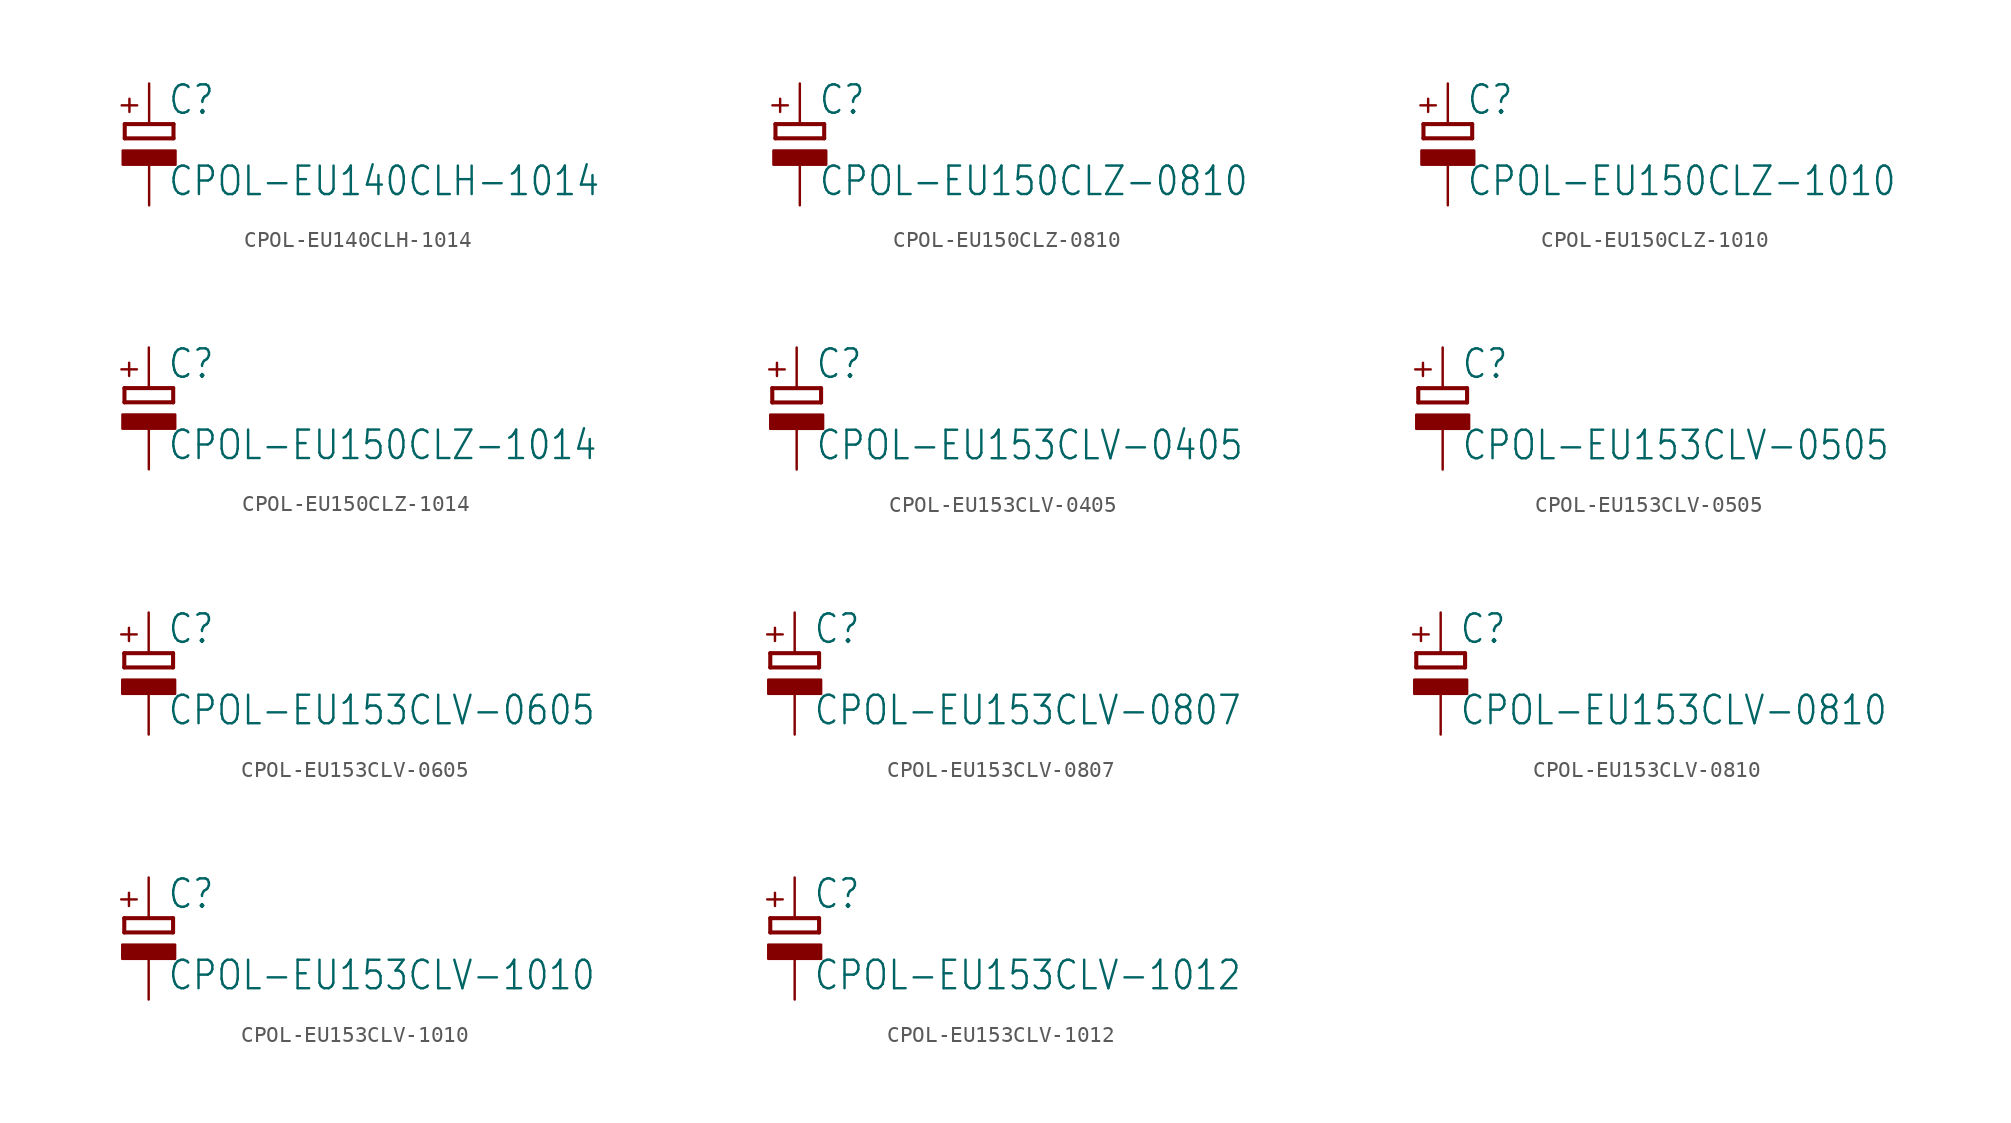
<source format=kicad_sym>
(kicad_symbol_lib
  (version 20220914)
  (generator kicad_symbol_editor)
  (symbol "CPOL-EU140CLH-1014"
    (property "Reference" "C"
      (at 1.143 0.483 0)
      (effects (font (size 1.778 1.511)) (justify left bottom)))
    (property "Value" "CPOL-EU140CLH-1014"
      (at 1.143 -4.597 0)
      (effects (font (size 1.778 1.511)) (justify left bottom)))
    (property "ki_locked" ""
      (at 0 0 0)
      (effects (font (size 1.27 1.27))))
    (symbol "CPOL-EU140CLH-1014_1_0"
      (rectangle (start -1.651 -2.54) (end 1.651 -1.651) (stroke (width 0) (type default)) (fill (type outline)))
      (polyline (pts (xy -1.524 -0.889) (xy 1.524 -0.889)) (stroke (width 0.254) (type default)) (fill (type none)))
      (polyline (pts (xy -1.524 0) (xy -1.524 -0.889)) (stroke (width 0.254) (type default)) (fill (type none)))
      (polyline (pts (xy -1.524 0) (xy 1.524 0)) (stroke (width 0.254) (type default)) (fill (type none)))
      (polyline (pts (xy 1.524 -0.889) (xy 1.524 0)) (stroke (width 0.254) (type default)) (fill (type none)))
      (text "+" (at -0.584 0.406 900) (effects (font (size 1.27 1.079)) (justify left bottom)))
      (pin passive line (at 0 2.54 270) (length 2.54) (name "+" (effects (font (size 0 0)))) (number "+" (effects (font (size 0 0)))))
      (pin passive line (at 0 -5.08 90) (length 2.54) (name "-" (effects (font (size 0 0)))) (number "-" (effects (font (size 0 0)))))))
  (symbol "CPOL-EU150CLZ-0810"
    (property "Reference" "C"
      (at 1.143 0.483 0)
      (effects (font (size 1.778 1.511)) (justify left bottom)))
    (property "Value" "CPOL-EU150CLZ-0810"
      (at 1.143 -4.597 0)
      (effects (font (size 1.778 1.511)) (justify left bottom)))
    (property "ki_locked" ""
      (at 0 0 0)
      (effects (font (size 1.27 1.27))))
    (symbol "CPOL-EU150CLZ-0810_1_0"
      (rectangle (start -1.651 -2.54) (end 1.651 -1.651) (stroke (width 0) (type default)) (fill (type outline)))
      (polyline (pts (xy -1.524 -0.889) (xy 1.524 -0.889)) (stroke (width 0.254) (type default)) (fill (type none)))
      (polyline (pts (xy -1.524 0) (xy -1.524 -0.889)) (stroke (width 0.254) (type default)) (fill (type none)))
      (polyline (pts (xy -1.524 0) (xy 1.524 0)) (stroke (width 0.254) (type default)) (fill (type none)))
      (polyline (pts (xy 1.524 -0.889) (xy 1.524 0)) (stroke (width 0.254) (type default)) (fill (type none)))
      (text "+" (at -0.584 0.406 900) (effects (font (size 1.27 1.079)) (justify left bottom)))
      (pin passive line (at 0 2.54 270) (length 2.54) (name "+" (effects (font (size 0 0)))) (number "+" (effects (font (size 0 0)))))
      (pin passive line (at 0 -5.08 90) (length 2.54) (name "-" (effects (font (size 0 0)))) (number "-" (effects (font (size 0 0)))))))
  (symbol "CPOL-EU150CLZ-1010"
    (property "Reference" "C"
      (at 1.143 0.483 0)
      (effects (font (size 1.778 1.511)) (justify left bottom)))
    (property "Value" "CPOL-EU150CLZ-1010"
      (at 1.143 -4.597 0)
      (effects (font (size 1.778 1.511)) (justify left bottom)))
    (property "ki_locked" ""
      (at 0 0 0)
      (effects (font (size 1.27 1.27))))
    (symbol "CPOL-EU150CLZ-1010_1_0"
      (rectangle (start -1.651 -2.54) (end 1.651 -1.651) (stroke (width 0) (type default)) (fill (type outline)))
      (polyline (pts (xy -1.524 -0.889) (xy 1.524 -0.889)) (stroke (width 0.254) (type default)) (fill (type none)))
      (polyline (pts (xy -1.524 0) (xy -1.524 -0.889)) (stroke (width 0.254) (type default)) (fill (type none)))
      (polyline (pts (xy -1.524 0) (xy 1.524 0)) (stroke (width 0.254) (type default)) (fill (type none)))
      (polyline (pts (xy 1.524 -0.889) (xy 1.524 0)) (stroke (width 0.254) (type default)) (fill (type none)))
      (text "+" (at -0.584 0.406 900) (effects (font (size 1.27 1.079)) (justify left bottom)))
      (pin passive line (at 0 2.54 270) (length 2.54) (name "+" (effects (font (size 0 0)))) (number "+" (effects (font (size 0 0)))))
      (pin passive line (at 0 -5.08 90) (length 2.54) (name "-" (effects (font (size 0 0)))) (number "-" (effects (font (size 0 0)))))))
  (symbol "CPOL-EU150CLZ-1014"
    (property "Reference" "C"
      (at 1.143 0.483 0)
      (effects (font (size 1.778 1.511)) (justify left bottom)))
    (property "Value" "CPOL-EU150CLZ-1014"
      (at 1.143 -4.597 0)
      (effects (font (size 1.778 1.511)) (justify left bottom)))
    (property "ki_locked" ""
      (at 0 0 0)
      (effects (font (size 1.27 1.27))))
    (symbol "CPOL-EU150CLZ-1014_1_0"
      (rectangle (start -1.651 -2.54) (end 1.651 -1.651) (stroke (width 0) (type default)) (fill (type outline)))
      (polyline (pts (xy -1.524 -0.889) (xy 1.524 -0.889)) (stroke (width 0.254) (type default)) (fill (type none)))
      (polyline (pts (xy -1.524 0) (xy -1.524 -0.889)) (stroke (width 0.254) (type default)) (fill (type none)))
      (polyline (pts (xy -1.524 0) (xy 1.524 0)) (stroke (width 0.254) (type default)) (fill (type none)))
      (polyline (pts (xy 1.524 -0.889) (xy 1.524 0)) (stroke (width 0.254) (type default)) (fill (type none)))
      (text "+" (at -0.584 0.406 900) (effects (font (size 1.27 1.079)) (justify left bottom)))
      (pin passive line (at 0 2.54 270) (length 2.54) (name "+" (effects (font (size 0 0)))) (number "+" (effects (font (size 0 0)))))
      (pin passive line (at 0 -5.08 90) (length 2.54) (name "-" (effects (font (size 0 0)))) (number "-" (effects (font (size 0 0)))))))
  (symbol "CPOL-EU153CLV-0405"
    (property "Reference" "C"
      (at 1.143 0.483 0)
      (effects (font (size 1.778 1.511)) (justify left bottom)))
    (property "Value" "CPOL-EU153CLV-0405"
      (at 1.143 -4.597 0)
      (effects (font (size 1.778 1.511)) (justify left bottom)))
    (property "ki_locked" ""
      (at 0 0 0)
      (effects (font (size 1.27 1.27))))
    (symbol "CPOL-EU153CLV-0405_1_0"
      (rectangle (start -1.651 -2.54) (end 1.651 -1.651) (stroke (width 0) (type default)) (fill (type outline)))
      (polyline (pts (xy -1.524 -0.889) (xy 1.524 -0.889)) (stroke (width 0.254) (type default)) (fill (type none)))
      (polyline (pts (xy -1.524 0) (xy -1.524 -0.889)) (stroke (width 0.254) (type default)) (fill (type none)))
      (polyline (pts (xy -1.524 0) (xy 1.524 0)) (stroke (width 0.254) (type default)) (fill (type none)))
      (polyline (pts (xy 1.524 -0.889) (xy 1.524 0)) (stroke (width 0.254) (type default)) (fill (type none)))
      (text "+" (at -0.584 0.406 900) (effects (font (size 1.27 1.079)) (justify left bottom)))
      (pin passive line (at 0 2.54 270) (length 2.54) (name "+" (effects (font (size 0 0)))) (number "+" (effects (font (size 0 0)))))
      (pin passive line (at 0 -5.08 90) (length 2.54) (name "-" (effects (font (size 0 0)))) (number "-" (effects (font (size 0 0)))))))
  (symbol "CPOL-EU153CLV-0505"
    (property "Reference" "C"
      (at 1.143 0.483 0)
      (effects (font (size 1.778 1.511)) (justify left bottom)))
    (property "Value" "CPOL-EU153CLV-0505"
      (at 1.143 -4.597 0)
      (effects (font (size 1.778 1.511)) (justify left bottom)))
    (property "ki_locked" ""
      (at 0 0 0)
      (effects (font (size 1.27 1.27))))
    (symbol "CPOL-EU153CLV-0505_1_0"
      (rectangle (start -1.651 -2.54) (end 1.651 -1.651) (stroke (width 0) (type default)) (fill (type outline)))
      (polyline (pts (xy -1.524 -0.889) (xy 1.524 -0.889)) (stroke (width 0.254) (type default)) (fill (type none)))
      (polyline (pts (xy -1.524 0) (xy -1.524 -0.889)) (stroke (width 0.254) (type default)) (fill (type none)))
      (polyline (pts (xy -1.524 0) (xy 1.524 0)) (stroke (width 0.254) (type default)) (fill (type none)))
      (polyline (pts (xy 1.524 -0.889) (xy 1.524 0)) (stroke (width 0.254) (type default)) (fill (type none)))
      (text "+" (at -0.584 0.406 900) (effects (font (size 1.27 1.079)) (justify left bottom)))
      (pin passive line (at 0 2.54 270) (length 2.54) (name "+" (effects (font (size 0 0)))) (number "+" (effects (font (size 0 0)))))
      (pin passive line (at 0 -5.08 90) (length 2.54) (name "-" (effects (font (size 0 0)))) (number "-" (effects (font (size 0 0)))))))
  (symbol "CPOL-EU153CLV-0605"
    (property "Reference" "C"
      (at 1.143 0.483 0)
      (effects (font (size 1.778 1.511)) (justify left bottom)))
    (property "Value" "CPOL-EU153CLV-0605"
      (at 1.143 -4.597 0)
      (effects (font (size 1.778 1.511)) (justify left bottom)))
    (property "ki_locked" ""
      (at 0 0 0)
      (effects (font (size 1.27 1.27))))
    (symbol "CPOL-EU153CLV-0605_1_0"
      (rectangle (start -1.651 -2.54) (end 1.651 -1.651) (stroke (width 0) (type default)) (fill (type outline)))
      (polyline (pts (xy -1.524 -0.889) (xy 1.524 -0.889)) (stroke (width 0.254) (type default)) (fill (type none)))
      (polyline (pts (xy -1.524 0) (xy -1.524 -0.889)) (stroke (width 0.254) (type default)) (fill (type none)))
      (polyline (pts (xy -1.524 0) (xy 1.524 0)) (stroke (width 0.254) (type default)) (fill (type none)))
      (polyline (pts (xy 1.524 -0.889) (xy 1.524 0)) (stroke (width 0.254) (type default)) (fill (type none)))
      (text "+" (at -0.584 0.406 900) (effects (font (size 1.27 1.079)) (justify left bottom)))
      (pin passive line (at 0 2.54 270) (length 2.54) (name "+" (effects (font (size 0 0)))) (number "+" (effects (font (size 0 0)))))
      (pin passive line (at 0 -5.08 90) (length 2.54) (name "-" (effects (font (size 0 0)))) (number "-" (effects (font (size 0 0)))))))
  (symbol "CPOL-EU153CLV-0807"
    (property "Reference" "C"
      (at 1.143 0.483 0)
      (effects (font (size 1.778 1.511)) (justify left bottom)))
    (property "Value" "CPOL-EU153CLV-0807"
      (at 1.143 -4.597 0)
      (effects (font (size 1.778 1.511)) (justify left bottom)))
    (property "ki_locked" ""
      (at 0 0 0)
      (effects (font (size 1.27 1.27))))
    (symbol "CPOL-EU153CLV-0807_1_0"
      (rectangle (start -1.651 -2.54) (end 1.651 -1.651) (stroke (width 0) (type default)) (fill (type outline)))
      (polyline (pts (xy -1.524 -0.889) (xy 1.524 -0.889)) (stroke (width 0.254) (type default)) (fill (type none)))
      (polyline (pts (xy -1.524 0) (xy -1.524 -0.889)) (stroke (width 0.254) (type default)) (fill (type none)))
      (polyline (pts (xy -1.524 0) (xy 1.524 0)) (stroke (width 0.254) (type default)) (fill (type none)))
      (polyline (pts (xy 1.524 -0.889) (xy 1.524 0)) (stroke (width 0.254) (type default)) (fill (type none)))
      (text "+" (at -0.584 0.406 900) (effects (font (size 1.27 1.079)) (justify left bottom)))
      (pin passive line (at 0 2.54 270) (length 2.54) (name "+" (effects (font (size 0 0)))) (number "+" (effects (font (size 0 0)))))
      (pin passive line (at 0 -5.08 90) (length 2.54) (name "-" (effects (font (size 0 0)))) (number "-" (effects (font (size 0 0)))))))
  (symbol "CPOL-EU153CLV-0810"
    (property "Reference" "C"
      (at 1.143 0.483 0)
      (effects (font (size 1.778 1.511)) (justify left bottom)))
    (property "Value" "CPOL-EU153CLV-0810"
      (at 1.143 -4.597 0)
      (effects (font (size 1.778 1.511)) (justify left bottom)))
    (property "ki_locked" ""
      (at 0 0 0)
      (effects (font (size 1.27 1.27))))
    (symbol "CPOL-EU153CLV-0810_1_0"
      (rectangle (start -1.651 -2.54) (end 1.651 -1.651) (stroke (width 0) (type default)) (fill (type outline)))
      (polyline (pts (xy -1.524 -0.889) (xy 1.524 -0.889)) (stroke (width 0.254) (type default)) (fill (type none)))
      (polyline (pts (xy -1.524 0) (xy -1.524 -0.889)) (stroke (width 0.254) (type default)) (fill (type none)))
      (polyline (pts (xy -1.524 0) (xy 1.524 0)) (stroke (width 0.254) (type default)) (fill (type none)))
      (polyline (pts (xy 1.524 -0.889) (xy 1.524 0)) (stroke (width 0.254) (type default)) (fill (type none)))
      (text "+" (at -0.584 0.406 900) (effects (font (size 1.27 1.079)) (justify left bottom)))
      (pin passive line (at 0 2.54 270) (length 2.54) (name "+" (effects (font (size 0 0)))) (number "+" (effects (font (size 0 0)))))
      (pin passive line (at 0 -5.08 90) (length 2.54) (name "-" (effects (font (size 0 0)))) (number "-" (effects (font (size 0 0)))))))
  (symbol "CPOL-EU153CLV-1010"
    (property "Reference" "C"
      (at 1.143 0.483 0)
      (effects (font (size 1.778 1.511)) (justify left bottom)))
    (property "Value" "CPOL-EU153CLV-1010"
      (at 1.143 -4.597 0)
      (effects (font (size 1.778 1.511)) (justify left bottom)))
    (property "ki_locked" ""
      (at 0 0 0)
      (effects (font (size 1.27 1.27))))
    (symbol "CPOL-EU153CLV-1010_1_0"
      (rectangle (start -1.651 -2.54) (end 1.651 -1.651) (stroke (width 0) (type default)) (fill (type outline)))
      (polyline (pts (xy -1.524 -0.889) (xy 1.524 -0.889)) (stroke (width 0.254) (type default)) (fill (type none)))
      (polyline (pts (xy -1.524 0) (xy -1.524 -0.889)) (stroke (width 0.254) (type default)) (fill (type none)))
      (polyline (pts (xy -1.524 0) (xy 1.524 0)) (stroke (width 0.254) (type default)) (fill (type none)))
      (polyline (pts (xy 1.524 -0.889) (xy 1.524 0)) (stroke (width 0.254) (type default)) (fill (type none)))
      (text "+" (at -0.584 0.406 900) (effects (font (size 1.27 1.079)) (justify left bottom)))
      (pin passive line (at 0 2.54 270) (length 2.54) (name "+" (effects (font (size 0 0)))) (number "+" (effects (font (size 0 0)))))
      (pin passive line (at 0 -5.08 90) (length 2.54) (name "-" (effects (font (size 0 0)))) (number "-" (effects (font (size 0 0)))))))
  (symbol "CPOL-EU153CLV-1012"
    (property "Reference" "C"
      (at 1.143 0.483 0)
      (effects (font (size 1.778 1.511)) (justify left bottom)))
    (property "Value" "CPOL-EU153CLV-1012"
      (at 1.143 -4.597 0)
      (effects (font (size 1.778 1.511)) (justify left bottom)))
    (property "ki_locked" ""
      (at 0 0 0)
      (effects (font (size 1.27 1.27))))
    (symbol "CPOL-EU153CLV-1012_1_0"
      (rectangle (start -1.651 -2.54) (end 1.651 -1.651) (stroke (width 0) (type default)) (fill (type outline)))
      (polyline (pts (xy -1.524 -0.889) (xy 1.524 -0.889)) (stroke (width 0.254) (type default)) (fill (type none)))
      (polyline (pts (xy -1.524 0) (xy -1.524 -0.889)) (stroke (width 0.254) (type default)) (fill (type none)))
      (polyline (pts (xy -1.524 0) (xy 1.524 0)) (stroke (width 0.254) (type default)) (fill (type none)))
      (polyline (pts (xy 1.524 -0.889) (xy 1.524 0)) (stroke (width 0.254) (type default)) (fill (type none)))
      (text "+" (at -0.584 0.406 900) (effects (font (size 1.27 1.079)) (justify left bottom)))
      (pin passive line (at 0 2.54 270) (length 2.54) (name "+" (effects (font (size 0 0)))) (number "+" (effects (font (size 0 0)))))
      (pin passive line (at 0 -5.08 90) (length 2.54) (name "-" (effects (font (size 0 0)))) (number "-" (effects (font (size 0 0))))))))
</source>
